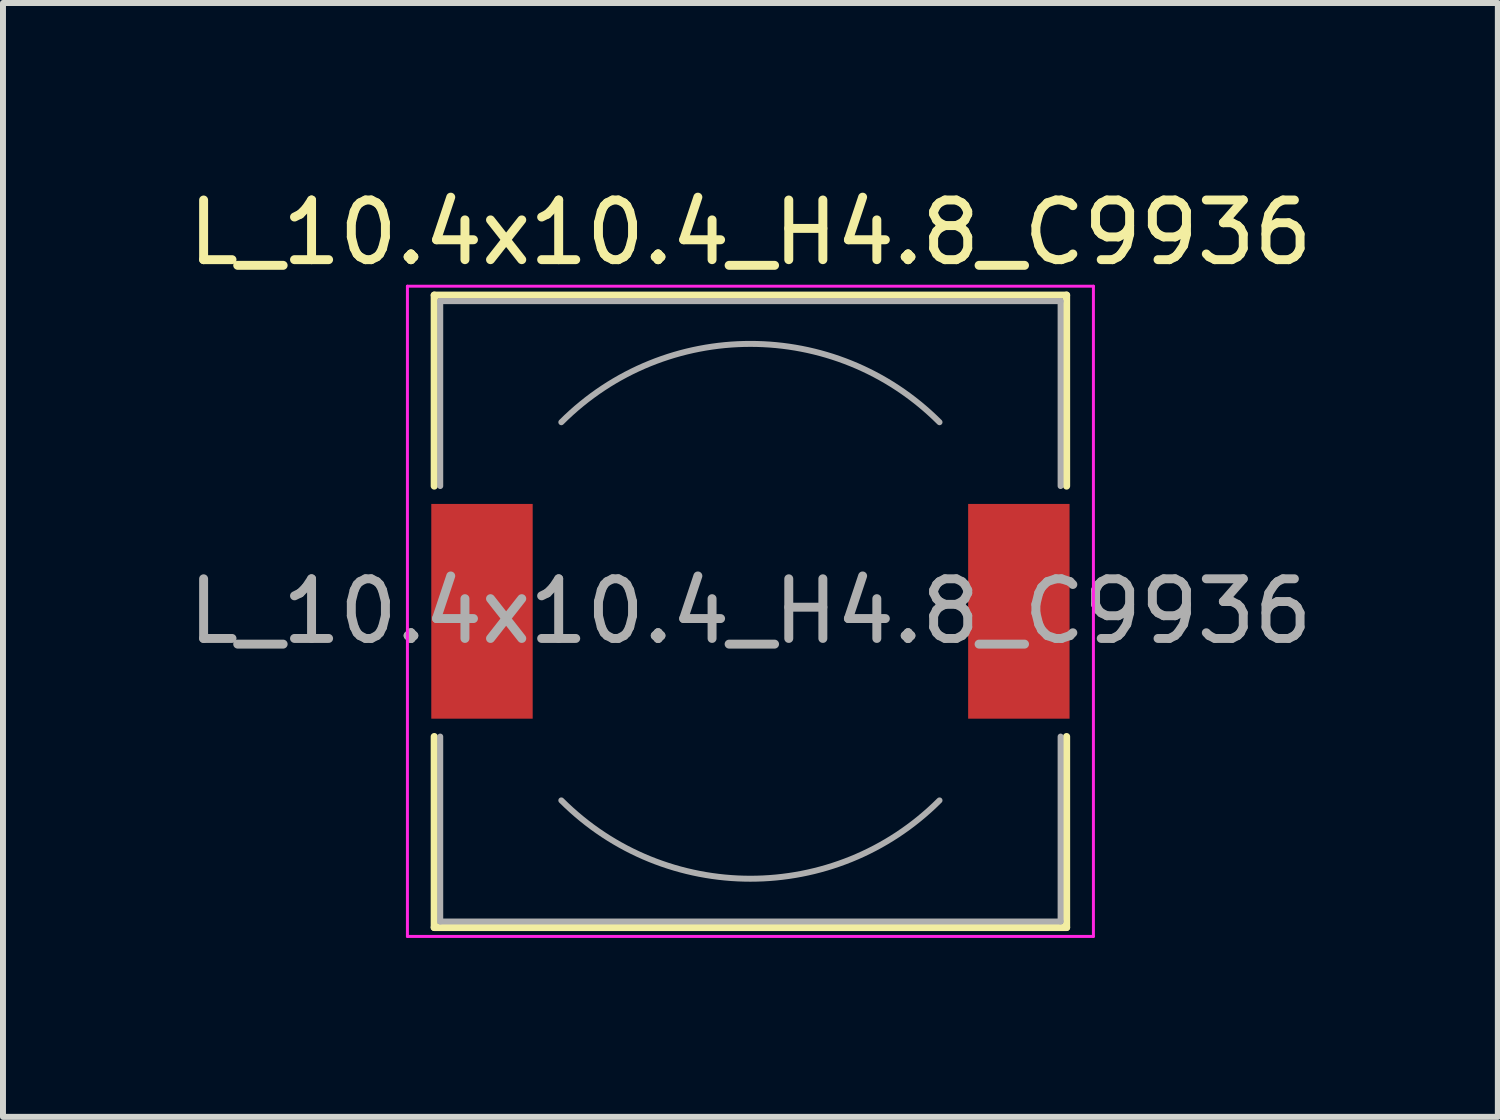
<source format=kicad_pcb>
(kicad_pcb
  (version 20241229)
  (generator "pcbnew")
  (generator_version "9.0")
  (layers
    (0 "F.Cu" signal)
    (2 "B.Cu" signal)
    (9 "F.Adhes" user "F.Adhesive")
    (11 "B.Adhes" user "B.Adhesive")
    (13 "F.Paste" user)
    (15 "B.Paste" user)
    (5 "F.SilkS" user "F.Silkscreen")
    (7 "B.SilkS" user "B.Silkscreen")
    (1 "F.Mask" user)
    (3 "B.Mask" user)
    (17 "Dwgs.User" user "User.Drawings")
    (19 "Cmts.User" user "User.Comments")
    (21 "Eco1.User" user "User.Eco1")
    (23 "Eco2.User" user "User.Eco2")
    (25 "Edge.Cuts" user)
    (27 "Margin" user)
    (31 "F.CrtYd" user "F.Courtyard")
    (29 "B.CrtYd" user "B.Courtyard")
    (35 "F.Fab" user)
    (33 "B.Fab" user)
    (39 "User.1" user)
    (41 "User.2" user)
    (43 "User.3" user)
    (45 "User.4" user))
  (footprint "L_10.4x10.4_H4.8_C9936"
    (layer "F.Cu")
    (at 9.53 7.198)
    (property "Reference" "L_10.4x10.4_H4.8_C9936" (at 0 -6.35 0) (layer "F.SilkS") (effects (font (size 1 1) (thickness 0.15))))
    (attr smd)
    (fp_line (start -5.3 -5.3) (end 5.3 -5.3) (stroke (width 0.12) (type solid)) (layer "F.SilkS"))
    (fp_line (start -5.3 -2.1) (end -5.3 -5.3) (stroke (width 0.12) (type solid)) (layer "F.SilkS"))
    (fp_line (start -5.3 5.3) (end -5.3 2.1) (stroke (width 0.12) (type solid)) (layer "F.SilkS"))
    (fp_line (start 5.3 -5.3) (end 5.3 -2.1) (stroke (width 0.12) (type solid)) (layer "F.SilkS"))
    (fp_line (start 5.3 2.1) (end 5.3 5.3) (stroke (width 0.12) (type solid)) (layer "F.SilkS"))
    (fp_line (start 5.3 5.3) (end -5.3 5.3) (stroke (width 0.12) (type solid)) (layer "F.SilkS"))
    (fp_line (start -5.75 -5.45) (end -5.75 5.45) (stroke (width 0.05) (type solid)) (layer "F.CrtYd"))
    (fp_line (start -5.75 5.45) (end 5.75 5.45) (stroke (width 0.05) (type solid)) (layer "F.CrtYd"))
    (fp_line (start 5.75 -5.45) (end -5.75 -5.45) (stroke (width 0.05) (type solid)) (layer "F.CrtYd"))
    (fp_line (start 5.75 5.45) (end 5.75 -5.45) (stroke (width 0.05) (type solid)) (layer "F.CrtYd"))
    (fp_line (start -5.2 -5.2) (end -5.2 -2.1) (stroke (width 0.1) (type solid)) (layer "F.Fab"))
    (fp_line (start -5.2 -5.2) (end 5.2 -5.2) (stroke (width 0.1) (type solid)) (layer "F.Fab"))
    (fp_line (start -5.2 5.2) (end -5.2 2.1) (stroke (width 0.1) (type solid)) (layer "F.Fab"))
    (fp_line (start -5.2 5.2) (end 5.2 5.2) (stroke (width 0.1) (type solid)) (layer "F.Fab"))
    (fp_line (start 5.2 -5.2) (end 5.2 -2.1) (stroke (width 0.1) (type solid)) (layer "F.Fab"))
    (fp_line (start 5.2 5.2) (end 5.2 2.1) (stroke (width 0.1) (type solid)) (layer "F.Fab"))
    (fp_arc (start -3.17 -3.17) (mid 0 -4.483057) (end 3.17 -3.17) (stroke (width 0.1) (type solid)) (layer "F.Fab"))
    (fp_arc (start 3.17 3.17) (mid 0 4.483057) (end -3.17 3.17) (stroke (width 0.1) (type solid)) (layer "F.Fab"))
    (fp_text user "${REFERENCE}" (at 0 0 0) (layer "F.Fab") (effects (font (size 1 1) (thickness 0.15))))
    (pad "1" smd rect (at -4.5 0) (size 1.7 3.6) (layers "F.Cu" "F.Mask" "F.Paste"))
    (pad "2" smd rect (at 4.5 0) (size 1.7 3.6) (layers "F.Cu" "F.Mask" "F.Paste")))
  (gr_rect
    (start -3 -3)
    (end 22.06 15.673)
    (stroke (width 0.1) (type default))
    (fill no)
    (layer "Edge.Cuts")))
</source>
